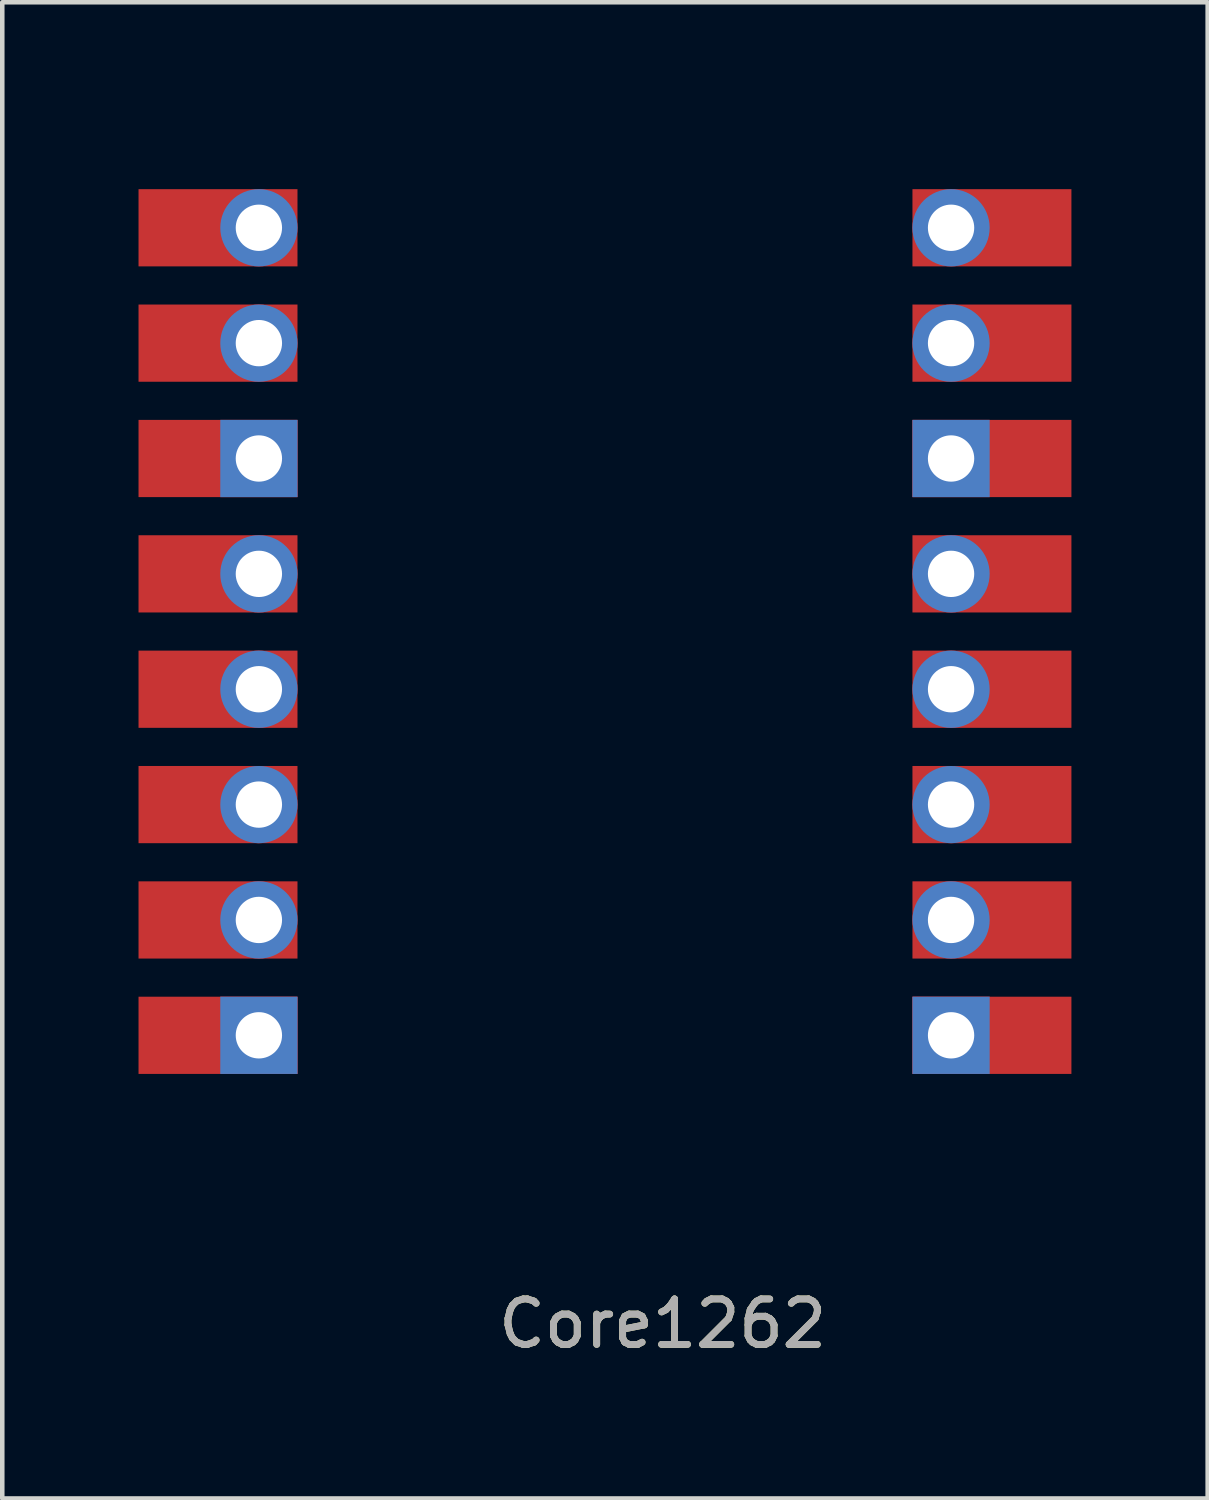
<source format=kicad_pcb>
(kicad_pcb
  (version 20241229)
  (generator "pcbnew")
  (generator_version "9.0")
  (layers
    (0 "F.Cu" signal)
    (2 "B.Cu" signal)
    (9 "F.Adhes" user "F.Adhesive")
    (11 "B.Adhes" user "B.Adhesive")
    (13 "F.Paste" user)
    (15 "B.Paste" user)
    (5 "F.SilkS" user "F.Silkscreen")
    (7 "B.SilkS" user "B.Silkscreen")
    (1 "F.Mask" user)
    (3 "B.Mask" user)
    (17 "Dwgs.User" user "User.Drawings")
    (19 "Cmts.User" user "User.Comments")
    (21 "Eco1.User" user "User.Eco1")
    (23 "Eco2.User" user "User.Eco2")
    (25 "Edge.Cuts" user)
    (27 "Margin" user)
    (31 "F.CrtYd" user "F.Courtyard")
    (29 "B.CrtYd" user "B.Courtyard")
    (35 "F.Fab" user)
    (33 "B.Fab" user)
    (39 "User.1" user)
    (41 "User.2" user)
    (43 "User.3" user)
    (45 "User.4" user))
  (footprint "Core1262"
    (layer "F.Cu")
    (at 11.54 26.095)
    (property "Reference" "Core1262" (at 0 0 0) (layer "F.SilkS") (effects (font (size 1 1) (thickness 0.15))))
    (attr through_hole)
    (fp_line (start -10.795 -26.035) (end -10.795 -4.445) (stroke (width 0.12) (type default)) (layer "Margin"))
    (fp_line (start -10.795 -4.445) (end 8.255 -4.445) (stroke (width 0.12) (type default)) (layer "Margin"))
    (fp_line (start 8.255 -26.035) (end -10.795 -26.035) (stroke (width 0.12) (type default)) (layer "Margin"))
    (fp_line (start 8.255 -4.445) (end 8.255 -26.035) (stroke (width 0.12) (type default)) (layer "Margin"))
    (fp_text user "${REFERENCE}" (at 0 0 180) (layer "F.Fab") (effects (font (size 1 1) (thickness 0.15))))
    (pad "1" thru_hole oval (at -8.89 -24.13) (size 1.7 1.7) (drill 1.02) (layers "*.Cu" "*.Mask"))
    (pad "1" smd rect (at -8.89 -24.13) (size 3.5 1.7) (drill (offset -0.9 0)) (layers "F.Cu" "F.Mask"))
    (pad "2" thru_hole oval (at -8.89 -21.59) (size 1.7 1.7) (drill 1.02) (layers "*.Cu" "*.Mask"))
    (pad "2" smd rect (at -8.89 -21.59) (size 3.5 1.7) (drill (offset -0.9 0)) (layers "F.Cu" "F.Mask"))
    (pad "3" thru_hole rect (at -8.89 -19.05) (size 1.7 1.7) (drill 1.02) (layers "*.Cu" "*.Mask"))
    (pad "3" smd rect (at -8.89 -19.05) (size 3.5 1.7) (drill (offset -0.9 0)) (layers "F.Cu" "F.Mask"))
    (pad "4" thru_hole oval (at -8.89 -16.51) (size 1.7 1.7) (drill 1.02) (layers "*.Cu" "*.Mask"))
    (pad "4" smd rect (at -8.89 -16.51) (size 3.5 1.7) (drill (offset -0.9 0)) (layers "F.Cu" "F.Mask"))
    (pad "5" thru_hole oval (at -8.89 -13.97) (size 1.7 1.7) (drill 1.02) (layers "*.Cu" "*.Mask"))
    (pad "5" smd rect (at -8.89 -13.97) (size 3.5 1.7) (drill (offset -0.9 0)) (layers "F.Cu" "F.Mask"))
    (pad "6" thru_hole oval (at -8.89 -11.43) (size 1.7 1.7) (drill 1.02) (layers "*.Cu" "*.Mask"))
    (pad "6" smd rect (at -8.89 -11.43) (size 3.5 1.7) (drill (offset -0.9 0)) (layers "F.Cu" "F.Mask"))
    (pad "7" thru_hole oval (at -8.89 -8.89) (size 1.7 1.7) (drill 1.02) (layers "*.Cu" "*.Mask"))
    (pad "7" smd rect (at -8.89 -8.89) (size 3.5 1.7) (drill (offset -0.9 0)) (layers "F.Cu" "F.Mask"))
    (pad "8" thru_hole rect (at -8.89 -6.35) (size 1.7 1.7) (drill 1.02) (layers "*.Cu" "*.Mask"))
    (pad "8" smd rect (at -8.89 -6.35) (size 3.5 1.7) (drill (offset -0.9 0)) (layers "F.Cu" "F.Mask"))
    (pad "9" thru_hole rect (at 6.35 -6.35) (size 1.7 1.7) (drill 1.02) (layers "*.Cu" "*.Mask"))
    (pad "9" smd rect (at 6.35 -6.35) (size 3.5 1.7) (drill (offset 0.9 0)) (layers "F.Cu" "F.Mask"))
    (pad "10" thru_hole oval (at 6.35 -8.89) (size 1.7 1.7) (drill 1.02) (layers "*.Cu" "*.Mask"))
    (pad "10" smd rect (at 6.35 -8.89) (size 3.5 1.7) (drill (offset 0.9 0)) (layers "F.Cu" "F.Mask"))
    (pad "11" thru_hole oval (at 6.35 -11.43) (size 1.7 1.7) (drill 1.02) (layers "*.Cu" "*.Mask"))
    (pad "11" smd rect (at 6.35 -11.43) (size 3.5 1.7) (drill (offset 0.9 0)) (layers "F.Cu" "F.Mask"))
    (pad "12" thru_hole oval (at 6.35 -13.97) (size 1.7 1.7) (drill 1.02) (layers "*.Cu" "*.Mask"))
    (pad "12" smd rect (at 6.35 -13.97) (size 3.5 1.7) (drill (offset 0.9 0)) (layers "F.Cu" "F.Mask"))
    (pad "13" thru_hole oval (at 6.35 -16.51) (size 1.7 1.7) (drill 1.02) (layers "*.Cu" "*.Mask"))
    (pad "13" smd rect (at 6.35 -16.51) (size 3.5 1.7) (drill (offset 0.9 0)) (layers "F.Cu" "F.Mask"))
    (pad "14" thru_hole rect (at 6.35 -19.05) (size 1.7 1.7) (drill 1.02) (layers "*.Cu" "*.Mask"))
    (pad "14" smd rect (at 6.35 -19.05) (size 3.5 1.7) (drill (offset 0.9 0)) (layers "F.Cu" "F.Mask"))
    (pad "15" thru_hole oval (at 6.35 -21.59) (size 1.7 1.7) (drill 1.02) (layers "*.Cu" "*.Mask"))
    (pad "15" smd rect (at 6.35 -21.59) (size 3.5 1.7) (drill (offset 0.9 0)) (layers "F.Cu" "F.Mask"))
    (pad "16" thru_hole oval (at 6.35 -24.13) (size 1.7 1.7) (drill 1.02) (layers "*.Cu" "*.Mask"))
    (pad "16" smd rect (at 6.35 -24.13) (size 3.5 1.7) (drill (offset 0.9 0)) (layers "F.Cu" "F.Mask")))
  (gr_rect
    (start -3 -3)
    (end 23.54 29.943)
    (stroke (width 0.1) (type default))
    (fill no)
    (layer "Edge.Cuts")))
</source>
